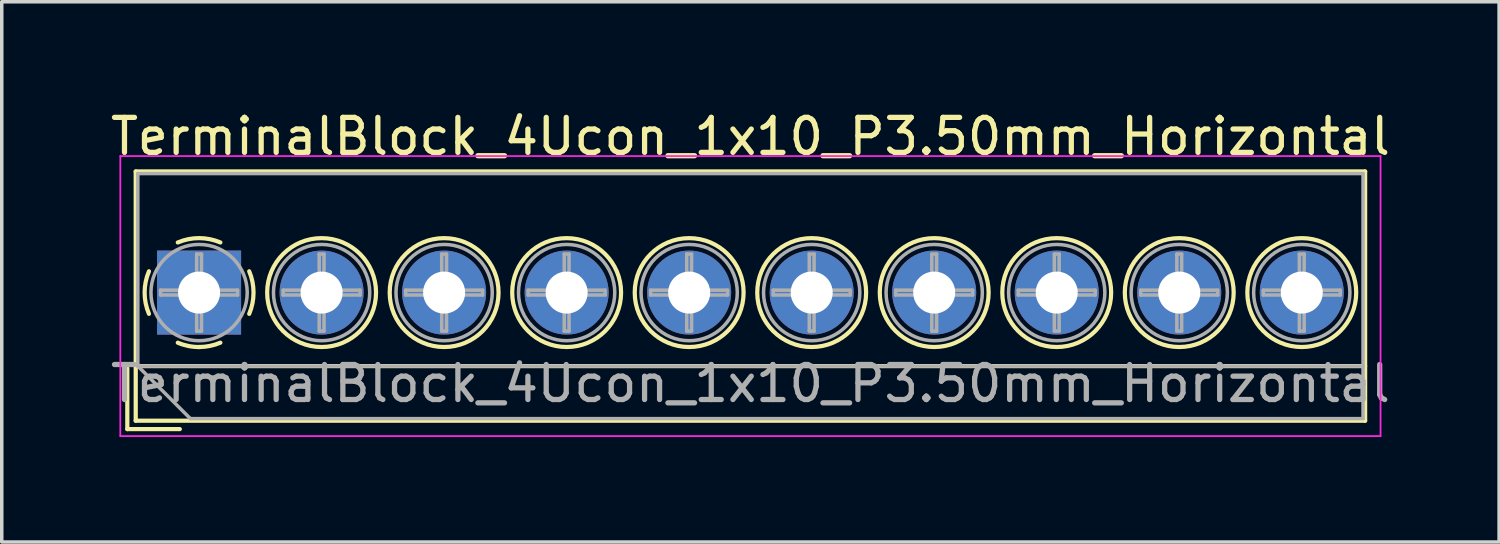
<source format=kicad_pcb>
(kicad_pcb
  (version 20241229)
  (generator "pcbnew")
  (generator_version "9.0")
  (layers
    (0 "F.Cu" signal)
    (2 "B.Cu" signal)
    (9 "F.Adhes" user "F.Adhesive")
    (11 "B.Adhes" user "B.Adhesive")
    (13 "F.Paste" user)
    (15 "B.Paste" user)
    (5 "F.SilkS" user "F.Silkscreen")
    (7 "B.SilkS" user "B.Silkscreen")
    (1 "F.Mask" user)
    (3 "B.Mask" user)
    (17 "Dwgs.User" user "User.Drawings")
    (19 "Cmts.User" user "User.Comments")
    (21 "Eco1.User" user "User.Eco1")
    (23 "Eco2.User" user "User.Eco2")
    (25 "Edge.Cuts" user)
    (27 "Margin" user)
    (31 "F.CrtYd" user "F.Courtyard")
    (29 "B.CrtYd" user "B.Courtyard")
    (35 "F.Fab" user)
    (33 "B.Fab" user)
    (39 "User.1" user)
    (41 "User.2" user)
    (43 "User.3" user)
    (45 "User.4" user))
  (footprint "TerminalBlock_4Ucon_1x10_P3.50mm_Horizontal"
    (layer "F.Cu")
    (at 2.637 5.308)
    (property "Reference" "TerminalBlock_4Ucon_1x10_P3.50mm_Horizontal" (at 15.75 -4.46 0) (layer "F.SilkS") (effects (font (size 1 1) (thickness 0.15))))
    (attr through_hole)
    (fp_line (start -2.05 2.16) (end -2.05 3.9) (stroke (width 0.12) (type solid)) (layer "F.SilkS"))
    (fp_line (start -2.05 3.9) (end -0.55 3.9) (stroke (width 0.12) (type solid)) (layer "F.SilkS"))
    (fp_line (start -1.81 -3.46) (end -1.81 3.66) (stroke (width 0.12) (type solid)) (layer "F.SilkS"))
    (fp_line (start -1.81 -3.46) (end 33.31 -3.46) (stroke (width 0.12) (type solid)) (layer "F.SilkS"))
    (fp_line (start -1.81 2.1) (end 33.31 2.1) (stroke (width 0.12) (type solid)) (layer "F.SilkS"))
    (fp_line (start -1.81 3.66) (end 33.31 3.66) (stroke (width 0.12) (type solid)) (layer "F.SilkS"))
    (fp_line (start 33.31 -3.46) (end 33.31 3.66) (stroke (width 0.12) (type solid)) (layer "F.SilkS"))
    (fp_arc (start -1.432109 0.607742) (mid -1.555727 -0.00014) (end -1.432 -0.608) (stroke (width 0.12) (type solid)) (layer "F.SilkS"))
    (fp_arc (start -0.607742 -1.432109) (mid 0.00014 -1.555727) (end 0.608 -1.432) (stroke (width 0.12) (type solid)) (layer "F.SilkS"))
    (fp_arc (start 0.027011 1.555493) (mid -0.296984 1.527118) (end -0.608 1.432) (stroke (width 0.12) (type solid)) (layer "F.SilkS"))
    (fp_arc (start 0.607587 1.431385) (mid 0.310017 1.523783) (end 0 1.555) (stroke (width 0.12) (type solid)) (layer "F.SilkS"))
    (fp_arc (start 1.432109 -0.607742) (mid 1.555727 0.00014) (end 1.432 0.608) (stroke (width 0.12) (type solid)) (layer "F.SilkS"))
    (fp_circle (center 3.5 0) (end 5.055 0) (stroke (width 0.12) (type solid)) (fill no) (layer "F.SilkS"))
    (fp_circle (center 7 0) (end 8.555 0) (stroke (width 0.12) (type solid)) (fill no) (layer "F.SilkS"))
    (fp_circle (center 10.5 0) (end 12.055 0) (stroke (width 0.12) (type solid)) (fill no) (layer "F.SilkS"))
    (fp_circle (center 14 0) (end 15.555 0) (stroke (width 0.12) (type solid)) (fill no) (layer "F.SilkS"))
    (fp_circle (center 17.5 0) (end 19.055 0) (stroke (width 0.12) (type solid)) (fill no) (layer "F.SilkS"))
    (fp_circle (center 21 0) (end 22.555 0) (stroke (width 0.12) (type solid)) (fill no) (layer "F.SilkS"))
    (fp_circle (center 24.5 0) (end 26.055 0) (stroke (width 0.12) (type solid)) (fill no) (layer "F.SilkS"))
    (fp_circle (center 28 0) (end 29.555 0) (stroke (width 0.12) (type solid)) (fill no) (layer "F.SilkS"))
    (fp_circle (center 31.5 0) (end 33.055 0) (stroke (width 0.12) (type solid)) (fill no) (layer "F.SilkS"))
    (fp_line (start -2.25 -3.9) (end -2.25 4.1) (stroke (width 0.05) (type solid)) (layer "F.CrtYd"))
    (fp_line (start -2.25 4.1) (end 33.75 4.1) (stroke (width 0.05) (type solid)) (layer "F.CrtYd"))
    (fp_line (start 33.75 -3.9) (end -2.25 -3.9) (stroke (width 0.05) (type solid)) (layer "F.CrtYd"))
    (fp_line (start 33.75 4.1) (end 33.75 -3.9) (stroke (width 0.05) (type solid)) (layer "F.CrtYd"))
    (fp_line (start -1.75 -3.4) (end 33.25 -3.4) (stroke (width 0.1) (type solid)) (layer "F.Fab"))
    (fp_line (start -1.75 2.1) (end -1.75 -3.4) (stroke (width 0.1) (type solid)) (layer "F.Fab"))
    (fp_line (start -1.75 2.1) (end 33.25 2.1) (stroke (width 0.1) (type solid)) (layer "F.Fab"))
    (fp_line (start -1.1 -0.069) (end -0.069 -0.069) (stroke (width 0.1) (type solid)) (layer "F.Fab"))
    (fp_line (start -1.1 0.069) (end -1.1 -0.069) (stroke (width 0.1) (type solid)) (layer "F.Fab"))
    (fp_line (start -0.25 3.6) (end -1.75 2.1) (stroke (width 0.1) (type solid)) (layer "F.Fab"))
    (fp_line (start -0.069 -1.1) (end 0.069 -1.1) (stroke (width 0.1) (type solid)) (layer "F.Fab"))
    (fp_line (start -0.069 -0.069) (end -0.069 -1.1) (stroke (width 0.1) (type solid)) (layer "F.Fab"))
    (fp_line (start -0.069 0.069) (end -1.1 0.069) (stroke (width 0.1) (type solid)) (layer "F.Fab"))
    (fp_line (start -0.069 1.1) (end -0.069 0.069) (stroke (width 0.1) (type solid)) (layer "F.Fab"))
    (fp_line (start 0.069 -1.1) (end 0.069 -0.069) (stroke (width 0.1) (type solid)) (layer "F.Fab"))
    (fp_line (start 0.069 -0.069) (end 1.1 -0.069) (stroke (width 0.1) (type solid)) (layer "F.Fab"))
    (fp_line (start 0.069 0.069) (end 0.069 1.1) (stroke (width 0.1) (type solid)) (layer "F.Fab"))
    (fp_line (start 0.069 1.1) (end -0.069 1.1) (stroke (width 0.1) (type solid)) (layer "F.Fab"))
    (fp_line (start 1.1 -0.069) (end 1.1 0.069) (stroke (width 0.1) (type solid)) (layer "F.Fab"))
    (fp_line (start 1.1 0.069) (end 0.069 0.069) (stroke (width 0.1) (type solid)) (layer "F.Fab"))
    (fp_line (start 2.4 -0.069) (end 3.431 -0.069) (stroke (width 0.1) (type solid)) (layer "F.Fab"))
    (fp_line (start 2.4 0.069) (end 2.4 -0.069) (stroke (width 0.1) (type solid)) (layer "F.Fab"))
    (fp_line (start 3.431 -1.1) (end 3.569 -1.1) (stroke (width 0.1) (type solid)) (layer "F.Fab"))
    (fp_line (start 3.431 -0.069) (end 3.431 -1.1) (stroke (width 0.1) (type solid)) (layer "F.Fab"))
    (fp_line (start 3.431 0.069) (end 2.4 0.069) (stroke (width 0.1) (type solid)) (layer "F.Fab"))
    (fp_line (start 3.431 1.1) (end 3.431 0.069) (stroke (width 0.1) (type solid)) (layer "F.Fab"))
    (fp_line (start 3.569 -1.1) (end 3.569 -0.069) (stroke (width 0.1) (type solid)) (layer "F.Fab"))
    (fp_line (start 3.569 -0.069) (end 4.6 -0.069) (stroke (width 0.1) (type solid)) (layer "F.Fab"))
    (fp_line (start 3.569 0.069) (end 3.569 1.1) (stroke (width 0.1) (type solid)) (layer "F.Fab"))
    (fp_line (start 3.569 1.1) (end 3.431 1.1) (stroke (width 0.1) (type solid)) (layer "F.Fab"))
    (fp_line (start 4.6 -0.069) (end 4.6 0.069) (stroke (width 0.1) (type solid)) (layer "F.Fab"))
    (fp_line (start 4.6 0.069) (end 3.569 0.069) (stroke (width 0.1) (type solid)) (layer "F.Fab"))
    (fp_line (start 5.9 -0.069) (end 6.931 -0.069) (stroke (width 0.1) (type solid)) (layer "F.Fab"))
    (fp_line (start 5.9 0.069) (end 5.9 -0.069) (stroke (width 0.1) (type solid)) (layer "F.Fab"))
    (fp_line (start 6.931 -1.1) (end 7.069 -1.1) (stroke (width 0.1) (type solid)) (layer "F.Fab"))
    (fp_line (start 6.931 -0.069) (end 6.931 -1.1) (stroke (width 0.1) (type solid)) (layer "F.Fab"))
    (fp_line (start 6.931 0.069) (end 5.9 0.069) (stroke (width 0.1) (type solid)) (layer "F.Fab"))
    (fp_line (start 6.931 1.1) (end 6.931 0.069) (stroke (width 0.1) (type solid)) (layer "F.Fab"))
    (fp_line (start 7.069 -1.1) (end 7.069 -0.069) (stroke (width 0.1) (type solid)) (layer "F.Fab"))
    (fp_line (start 7.069 -0.069) (end 8.1 -0.069) (stroke (width 0.1) (type solid)) (layer "F.Fab"))
    (fp_line (start 7.069 0.069) (end 7.069 1.1) (stroke (width 0.1) (type solid)) (layer "F.Fab"))
    (fp_line (start 7.069 1.1) (end 6.931 1.1) (stroke (width 0.1) (type solid)) (layer "F.Fab"))
    (fp_line (start 8.1 -0.069) (end 8.1 0.069) (stroke (width 0.1) (type solid)) (layer "F.Fab"))
    (fp_line (start 8.1 0.069) (end 7.069 0.069) (stroke (width 0.1) (type solid)) (layer "F.Fab"))
    (fp_line (start 9.4 -0.069) (end 10.431 -0.069) (stroke (width 0.1) (type solid)) (layer "F.Fab"))
    (fp_line (start 9.4 0.069) (end 9.4 -0.069) (stroke (width 0.1) (type solid)) (layer "F.Fab"))
    (fp_line (start 10.431 -1.1) (end 10.569 -1.1) (stroke (width 0.1) (type solid)) (layer "F.Fab"))
    (fp_line (start 10.431 -0.069) (end 10.431 -1.1) (stroke (width 0.1) (type solid)) (layer "F.Fab"))
    (fp_line (start 10.431 0.069) (end 9.4 0.069) (stroke (width 0.1) (type solid)) (layer "F.Fab"))
    (fp_line (start 10.431 1.1) (end 10.431 0.069) (stroke (width 0.1) (type solid)) (layer "F.Fab"))
    (fp_line (start 10.569 -1.1) (end 10.569 -0.069) (stroke (width 0.1) (type solid)) (layer "F.Fab"))
    (fp_line (start 10.569 -0.069) (end 11.6 -0.069) (stroke (width 0.1) (type solid)) (layer "F.Fab"))
    (fp_line (start 10.569 0.069) (end 10.569 1.1) (stroke (width 0.1) (type solid)) (layer "F.Fab"))
    (fp_line (start 10.569 1.1) (end 10.431 1.1) (stroke (width 0.1) (type solid)) (layer "F.Fab"))
    (fp_line (start 11.6 -0.069) (end 11.6 0.069) (stroke (width 0.1) (type solid)) (layer "F.Fab"))
    (fp_line (start 11.6 0.069) (end 10.569 0.069) (stroke (width 0.1) (type solid)) (layer "F.Fab"))
    (fp_line (start 12.9 -0.069) (end 13.931 -0.069) (stroke (width 0.1) (type solid)) (layer "F.Fab"))
    (fp_line (start 12.9 0.069) (end 12.9 -0.069) (stroke (width 0.1) (type solid)) (layer "F.Fab"))
    (fp_line (start 13.931 -1.1) (end 14.069 -1.1) (stroke (width 0.1) (type solid)) (layer "F.Fab"))
    (fp_line (start 13.931 -0.069) (end 13.931 -1.1) (stroke (width 0.1) (type solid)) (layer "F.Fab"))
    (fp_line (start 13.931 0.069) (end 12.9 0.069) (stroke (width 0.1) (type solid)) (layer "F.Fab"))
    (fp_line (start 13.931 1.1) (end 13.931 0.069) (stroke (width 0.1) (type solid)) (layer "F.Fab"))
    (fp_line (start 14.069 -1.1) (end 14.069 -0.069) (stroke (width 0.1) (type solid)) (layer "F.Fab"))
    (fp_line (start 14.069 -0.069) (end 15.1 -0.069) (stroke (width 0.1) (type solid)) (layer "F.Fab"))
    (fp_line (start 14.069 0.069) (end 14.069 1.1) (stroke (width 0.1) (type solid)) (layer "F.Fab"))
    (fp_line (start 14.069 1.1) (end 13.931 1.1) (stroke (width 0.1) (type solid)) (layer "F.Fab"))
    (fp_line (start 15.1 -0.069) (end 15.1 0.069) (stroke (width 0.1) (type solid)) (layer "F.Fab"))
    (fp_line (start 15.1 0.069) (end 14.069 0.069) (stroke (width 0.1) (type solid)) (layer "F.Fab"))
    (fp_line (start 16.4 -0.069) (end 17.431 -0.069) (stroke (width 0.1) (type solid)) (layer "F.Fab"))
    (fp_line (start 16.4 0.069) (end 16.4 -0.069) (stroke (width 0.1) (type solid)) (layer "F.Fab"))
    (fp_line (start 17.431 -1.1) (end 17.569 -1.1) (stroke (width 0.1) (type solid)) (layer "F.Fab"))
    (fp_line (start 17.431 -0.069) (end 17.431 -1.1) (stroke (width 0.1) (type solid)) (layer "F.Fab"))
    (fp_line (start 17.431 0.069) (end 16.4 0.069) (stroke (width 0.1) (type solid)) (layer "F.Fab"))
    (fp_line (start 17.431 1.1) (end 17.431 0.069) (stroke (width 0.1) (type solid)) (layer "F.Fab"))
    (fp_line (start 17.569 -1.1) (end 17.569 -0.069) (stroke (width 0.1) (type solid)) (layer "F.Fab"))
    (fp_line (start 17.569 -0.069) (end 18.6 -0.069) (stroke (width 0.1) (type solid)) (layer "F.Fab"))
    (fp_line (start 17.569 0.069) (end 17.569 1.1) (stroke (width 0.1) (type solid)) (layer "F.Fab"))
    (fp_line (start 17.569 1.1) (end 17.431 1.1) (stroke (width 0.1) (type solid)) (layer "F.Fab"))
    (fp_line (start 18.6 -0.069) (end 18.6 0.069) (stroke (width 0.1) (type solid)) (layer "F.Fab"))
    (fp_line (start 18.6 0.069) (end 17.569 0.069) (stroke (width 0.1) (type solid)) (layer "F.Fab"))
    (fp_line (start 19.9 -0.069) (end 20.931 -0.069) (stroke (width 0.1) (type solid)) (layer "F.Fab"))
    (fp_line (start 19.9 0.069) (end 19.9 -0.069) (stroke (width 0.1) (type solid)) (layer "F.Fab"))
    (fp_line (start 20.931 -1.1) (end 21.069 -1.1) (stroke (width 0.1) (type solid)) (layer "F.Fab"))
    (fp_line (start 20.931 -0.069) (end 20.931 -1.1) (stroke (width 0.1) (type solid)) (layer "F.Fab"))
    (fp_line (start 20.931 0.069) (end 19.9 0.069) (stroke (width 0.1) (type solid)) (layer "F.Fab"))
    (fp_line (start 20.931 1.1) (end 20.931 0.069) (stroke (width 0.1) (type solid)) (layer "F.Fab"))
    (fp_line (start 21.069 -1.1) (end 21.069 -0.069) (stroke (width 0.1) (type solid)) (layer "F.Fab"))
    (fp_line (start 21.069 -0.069) (end 22.1 -0.069) (stroke (width 0.1) (type solid)) (layer "F.Fab"))
    (fp_line (start 21.069 0.069) (end 21.069 1.1) (stroke (width 0.1) (type solid)) (layer "F.Fab"))
    (fp_line (start 21.069 1.1) (end 20.931 1.1) (stroke (width 0.1) (type solid)) (layer "F.Fab"))
    (fp_line (start 22.1 -0.069) (end 22.1 0.069) (stroke (width 0.1) (type solid)) (layer "F.Fab"))
    (fp_line (start 22.1 0.069) (end 21.069 0.069) (stroke (width 0.1) (type solid)) (layer "F.Fab"))
    (fp_line (start 23.4 -0.069) (end 24.431 -0.069) (stroke (width 0.1) (type solid)) (layer "F.Fab"))
    (fp_line (start 23.4 0.069) (end 23.4 -0.069) (stroke (width 0.1) (type solid)) (layer "F.Fab"))
    (fp_line (start 24.431 -1.1) (end 24.569 -1.1) (stroke (width 0.1) (type solid)) (layer "F.Fab"))
    (fp_line (start 24.431 -0.069) (end 24.431 -1.1) (stroke (width 0.1) (type solid)) (layer "F.Fab"))
    (fp_line (start 24.431 0.069) (end 23.4 0.069) (stroke (width 0.1) (type solid)) (layer "F.Fab"))
    (fp_line (start 24.431 1.1) (end 24.431 0.069) (stroke (width 0.1) (type solid)) (layer "F.Fab"))
    (fp_line (start 24.569 -1.1) (end 24.569 -0.069) (stroke (width 0.1) (type solid)) (layer "F.Fab"))
    (fp_line (start 24.569 -0.069) (end 25.6 -0.069) (stroke (width 0.1) (type solid)) (layer "F.Fab"))
    (fp_line (start 24.569 0.069) (end 24.569 1.1) (stroke (width 0.1) (type solid)) (layer "F.Fab"))
    (fp_line (start 24.569 1.1) (end 24.431 1.1) (stroke (width 0.1) (type solid)) (layer "F.Fab"))
    (fp_line (start 25.6 -0.069) (end 25.6 0.069) (stroke (width 0.1) (type solid)) (layer "F.Fab"))
    (fp_line (start 25.6 0.069) (end 24.569 0.069) (stroke (width 0.1) (type solid)) (layer "F.Fab"))
    (fp_line (start 26.9 -0.069) (end 27.931 -0.069) (stroke (width 0.1) (type solid)) (layer "F.Fab"))
    (fp_line (start 26.9 0.069) (end 26.9 -0.069) (stroke (width 0.1) (type solid)) (layer "F.Fab"))
    (fp_line (start 27.931 -1.1) (end 28.069 -1.1) (stroke (width 0.1) (type solid)) (layer "F.Fab"))
    (fp_line (start 27.931 -0.069) (end 27.931 -1.1) (stroke (width 0.1) (type solid)) (layer "F.Fab"))
    (fp_line (start 27.931 0.069) (end 26.9 0.069) (stroke (width 0.1) (type solid)) (layer "F.Fab"))
    (fp_line (start 27.931 1.1) (end 27.931 0.069) (stroke (width 0.1) (type solid)) (layer "F.Fab"))
    (fp_line (start 28.069 -1.1) (end 28.069 -0.069) (stroke (width 0.1) (type solid)) (layer "F.Fab"))
    (fp_line (start 28.069 -0.069) (end 29.1 -0.069) (stroke (width 0.1) (type solid)) (layer "F.Fab"))
    (fp_line (start 28.069 0.069) (end 28.069 1.1) (stroke (width 0.1) (type solid)) (layer "F.Fab"))
    (fp_line (start 28.069 1.1) (end 27.931 1.1) (stroke (width 0.1) (type solid)) (layer "F.Fab"))
    (fp_line (start 29.1 -0.069) (end 29.1 0.069) (stroke (width 0.1) (type solid)) (layer "F.Fab"))
    (fp_line (start 29.1 0.069) (end 28.069 0.069) (stroke (width 0.1) (type solid)) (layer "F.Fab"))
    (fp_line (start 30.4 -0.069) (end 31.431 -0.069) (stroke (width 0.1) (type solid)) (layer "F.Fab"))
    (fp_line (start 30.4 0.069) (end 30.4 -0.069) (stroke (width 0.1) (type solid)) (layer "F.Fab"))
    (fp_line (start 31.431 -1.1) (end 31.569 -1.1) (stroke (width 0.1) (type solid)) (layer "F.Fab"))
    (fp_line (start 31.431 -0.069) (end 31.431 -1.1) (stroke (width 0.1) (type solid)) (layer "F.Fab"))
    (fp_line (start 31.431 0.069) (end 30.4 0.069) (stroke (width 0.1) (type solid)) (layer "F.Fab"))
    (fp_line (start 31.431 1.1) (end 31.431 0.069) (stroke (width 0.1) (type solid)) (layer "F.Fab"))
    (fp_line (start 31.569 -1.1) (end 31.569 -0.069) (stroke (width 0.1) (type solid)) (layer "F.Fab"))
    (fp_line (start 31.569 -0.069) (end 32.6 -0.069) (stroke (width 0.1) (type solid)) (layer "F.Fab"))
    (fp_line (start 31.569 0.069) (end 31.569 1.1) (stroke (width 0.1) (type solid)) (layer "F.Fab"))
    (fp_line (start 31.569 1.1) (end 31.431 1.1) (stroke (width 0.1) (type solid)) (layer "F.Fab"))
    (fp_line (start 32.6 -0.069) (end 32.6 0.069) (stroke (width 0.1) (type solid)) (layer "F.Fab"))
    (fp_line (start 32.6 0.069) (end 31.569 0.069) (stroke (width 0.1) (type solid)) (layer "F.Fab"))
    (fp_line (start 33.25 -3.4) (end 33.25 3.6) (stroke (width 0.1) (type solid)) (layer "F.Fab"))
    (fp_line (start 33.25 3.6) (end -0.25 3.6) (stroke (width 0.1) (type solid)) (layer "F.Fab"))
    (fp_circle (center 0 0) (end 1.375 0) (stroke (width 0.1) (type solid)) (fill no) (layer "F.Fab"))
    (fp_circle (center 3.5 0) (end 4.875 0) (stroke (width 0.1) (type solid)) (fill no) (layer "F.Fab"))
    (fp_circle (center 7 0) (end 8.375 0) (stroke (width 0.1) (type solid)) (fill no) (layer "F.Fab"))
    (fp_circle (center 10.5 0) (end 11.875 0) (stroke (width 0.1) (type solid)) (fill no) (layer "F.Fab"))
    (fp_circle (center 14 0) (end 15.375 0) (stroke (width 0.1) (type solid)) (fill no) (layer "F.Fab"))
    (fp_circle (center 17.5 0) (end 18.875 0) (stroke (width 0.1) (type solid)) (fill no) (layer "F.Fab"))
    (fp_circle (center 21 0) (end 22.375 0) (stroke (width 0.1) (type solid)) (fill no) (layer "F.Fab"))
    (fp_circle (center 24.5 0) (end 25.875 0) (stroke (width 0.1) (type solid)) (fill no) (layer "F.Fab"))
    (fp_circle (center 28 0) (end 29.375 0) (stroke (width 0.1) (type solid)) (fill no) (layer "F.Fab"))
    (fp_circle (center 31.5 0) (end 32.875 0) (stroke (width 0.1) (type solid)) (fill no) (layer "F.Fab"))
    (fp_text user "${REFERENCE}" (at 15.75 2.6 0) (layer "F.Fab") (effects (font (size 1 1) (thickness 0.15))))
    (pad "1" thru_hole rect (at 0 0) (size 2.4 2.4) (drill 1.2) (layers "*.Cu" "*.Mask"))
    (pad "2" thru_hole circle (at 3.5 0) (size 2.4 2.4) (drill 1.2) (layers "*.Cu" "*.Mask"))
    (pad "3" thru_hole circle (at 7 0) (size 2.4 2.4) (drill 1.2) (layers "*.Cu" "*.Mask"))
    (pad "4" thru_hole circle (at 10.5 0) (size 2.4 2.4) (drill 1.2) (layers "*.Cu" "*.Mask"))
    (pad "5" thru_hole circle (at 14 0) (size 2.4 2.4) (drill 1.2) (layers "*.Cu" "*.Mask"))
    (pad "6" thru_hole circle (at 17.5 0) (size 2.4 2.4) (drill 1.2) (layers "*.Cu" "*.Mask"))
    (pad "7" thru_hole circle (at 21 0) (size 2.4 2.4) (drill 1.2) (layers "*.Cu" "*.Mask"))
    (pad "8" thru_hole circle (at 24.5 0) (size 2.4 2.4) (drill 1.2) (layers "*.Cu" "*.Mask"))
    (pad "9" thru_hole circle (at 28 0) (size 2.4 2.4) (drill 1.2) (layers "*.Cu" "*.Mask"))
    (pad "10" thru_hole circle (at 31.5 0) (size 2.4 2.4) (drill 1.2) (layers "*.Cu" "*.Mask")))
  (gr_rect
    (start -3 -3)
    (end 39.774 12.433)
    (stroke (width 0.1) (type default))
    (fill no)
    (layer "Edge.Cuts")))
</source>
